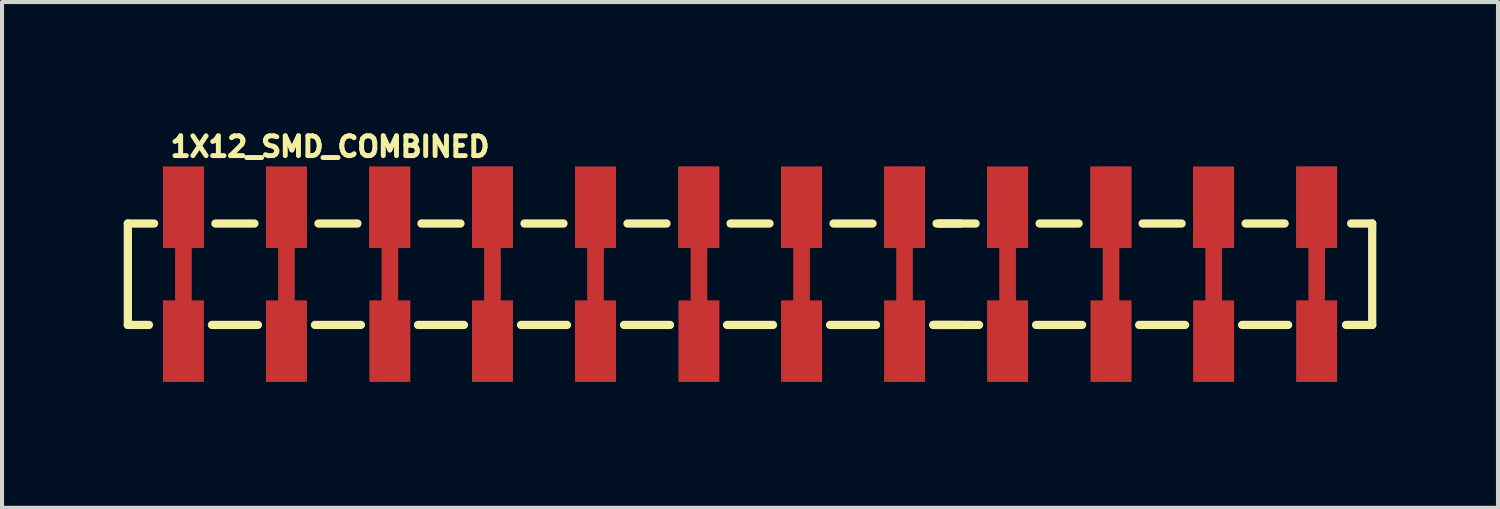
<source format=kicad_pcb>
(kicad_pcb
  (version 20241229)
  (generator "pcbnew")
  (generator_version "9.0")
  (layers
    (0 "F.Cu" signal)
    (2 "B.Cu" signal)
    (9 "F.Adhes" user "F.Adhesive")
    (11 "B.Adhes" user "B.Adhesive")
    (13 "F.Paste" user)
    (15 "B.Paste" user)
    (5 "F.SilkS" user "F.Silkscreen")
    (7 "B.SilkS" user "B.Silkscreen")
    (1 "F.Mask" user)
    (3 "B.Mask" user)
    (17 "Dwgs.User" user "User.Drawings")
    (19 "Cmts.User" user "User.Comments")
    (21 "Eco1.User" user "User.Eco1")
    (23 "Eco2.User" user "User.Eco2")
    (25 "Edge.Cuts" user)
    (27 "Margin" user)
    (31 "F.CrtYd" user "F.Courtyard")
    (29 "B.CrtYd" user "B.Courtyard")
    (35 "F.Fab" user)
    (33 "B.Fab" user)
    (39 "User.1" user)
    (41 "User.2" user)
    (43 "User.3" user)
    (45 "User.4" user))
  (footprint "1X12_SMD_COMBINED"
    (layer "F.Cu")
    (at 1.472 3.711)
    (property "Reference" "1X12_SMD_COMBINED" (at -0.381 -2.858 0) (layer "F.SilkS") (effects (font (size 0.488 0.488) (thickness 0.122)) (justify left bottom)))
    (fp_poly (pts (xy 0.505 -0.645) (xy 0.205 -0.645) (xy 0.205 0.645) (xy 0.505 0.645) (xy 0.505 2.655) (xy -0.505 2.655) (xy -0.505 0.645) (xy -0.205 0.645) (xy -0.205 -0.645) (xy -0.505 -0.645) (xy -0.505 -2.655) (xy 0.505 -2.655)) (stroke (width 0) (type solid)) (fill yes) (layer "F.Cu"))
    (fp_poly (pts (xy 3.045 -0.645) (xy 2.745 -0.645) (xy 2.745 0.645) (xy 3.045 0.645) (xy 3.045 2.655) (xy 2.035 2.655) (xy 2.035 0.645) (xy 2.335 0.645) (xy 2.335 -0.645) (xy 2.035 -0.645) (xy 2.035 -2.655) (xy 3.045 -2.655)) (stroke (width 0) (type solid)) (fill yes) (layer "F.Cu"))
    (fp_poly (pts (xy 5.595 -0.645) (xy 5.295 -0.645) (xy 5.295 0.645) (xy 5.595 0.645) (xy 5.595 2.655) (xy 4.585 2.655) (xy 4.585 0.645) (xy 4.885 0.645) (xy 4.885 -0.645) (xy 4.585 -0.645) (xy 4.585 -2.655) (xy 5.595 -2.655)) (stroke (width 0) (type solid)) (fill yes) (layer "F.Cu"))
    (fp_poly (pts (xy 8.125 -0.645) (xy 7.825 -0.645) (xy 7.825 0.645) (xy 8.125 0.645) (xy 8.125 2.655) (xy 7.115 2.655) (xy 7.115 0.645) (xy 7.415 0.645) (xy 7.415 -0.645) (xy 7.115 -0.645) (xy 7.115 -2.655) (xy 8.125 -2.655)) (stroke (width 0) (type solid)) (fill yes) (layer "F.Cu"))
    (fp_poly (pts (xy 10.665 -0.645) (xy 10.365 -0.645) (xy 10.365 0.645) (xy 10.665 0.645) (xy 10.665 2.655) (xy 9.655 2.655) (xy 9.655 0.645) (xy 9.955 0.645) (xy 9.955 -0.645) (xy 9.655 -0.645) (xy 9.655 -2.655) (xy 10.665 -2.655)) (stroke (width 0) (type solid)) (fill yes) (layer "F.Cu"))
    (fp_poly (pts (xy 13.215 -0.645) (xy 12.915 -0.645) (xy 12.915 0.645) (xy 13.215 0.645) (xy 13.215 2.655) (xy 12.205 2.655) (xy 12.205 0.645) (xy 12.505 0.645) (xy 12.505 -0.645) (xy 12.205 -0.645) (xy 12.205 -2.655) (xy 13.215 -2.655)) (stroke (width 0) (type solid)) (fill yes) (layer "F.Cu"))
    (fp_poly (pts (xy 15.745 -0.645) (xy 15.445 -0.645) (xy 15.445 0.645) (xy 15.745 0.645) (xy 15.745 2.655) (xy 14.735 2.655) (xy 14.735 0.645) (xy 15.035 0.645) (xy 15.035 -0.645) (xy 14.735 -0.645) (xy 14.735 -2.655) (xy 15.745 -2.655)) (stroke (width 0) (type solid)) (fill yes) (layer "F.Cu"))
    (fp_poly (pts (xy 18.285 -0.645) (xy 17.985 -0.645) (xy 17.985 0.645) (xy 18.285 0.645) (xy 18.285 2.655) (xy 17.275 2.655) (xy 17.275 0.645) (xy 17.575 0.645) (xy 17.575 -0.645) (xy 17.275 -0.645) (xy 17.275 -2.655) (xy 18.285 -2.655)) (stroke (width 0) (type solid)) (fill yes) (layer "F.Cu"))
    (fp_poly (pts (xy 20.825 -0.645) (xy 20.525 -0.645) (xy 20.525 0.645) (xy 20.825 0.645) (xy 20.825 2.655) (xy 19.815 2.655) (xy 19.815 0.645) (xy 20.115 0.645) (xy 20.115 -0.645) (xy 19.815 -0.645) (xy 19.815 -2.655) (xy 20.825 -2.655)) (stroke (width 0) (type solid)) (fill yes) (layer "F.Cu"))
    (fp_poly (pts (xy 23.375 -0.645) (xy 23.075 -0.645) (xy 23.075 0.645) (xy 23.375 0.645) (xy 23.375 2.655) (xy 22.365 2.655) (xy 22.365 0.645) (xy 22.665 0.645) (xy 22.665 -0.645) (xy 22.365 -0.645) (xy 22.365 -2.655) (xy 23.375 -2.655)) (stroke (width 0) (type solid)) (fill yes) (layer "F.Cu"))
    (fp_poly (pts (xy 25.905 -0.645) (xy 25.605 -0.645) (xy 25.605 0.645) (xy 25.905 0.645) (xy 25.905 2.655) (xy 24.895 2.655) (xy 24.895 0.645) (xy 25.195 0.645) (xy 25.195 -0.645) (xy 24.895 -0.645) (xy 24.895 -2.655) (xy 25.905 -2.655)) (stroke (width 0) (type solid)) (fill yes) (layer "F.Cu"))
    (fp_poly (pts (xy 28.445 -0.645) (xy 28.145 -0.645) (xy 28.145 0.645) (xy 28.445 0.645) (xy 28.445 2.655) (xy 27.435 2.655) (xy 27.435 0.645) (xy 27.735 0.645) (xy 27.735 -0.645) (xy 27.435 -0.645) (xy 27.435 -2.655) (xy 28.445 -2.655)) (stroke (width 0) (type solid)) (fill yes) (layer "F.Cu"))
    (fp_poly (pts (xy 0.58 0.56) (xy -0.62 0.56) (xy -0.62 2.76) (xy 0.58 2.76)) (stroke (width 0) (type solid)) (fill yes) (layer "F.Mask"))
    (fp_poly (pts (xy 0.6 -2.74) (xy -0.6 -2.74) (xy -0.6 -0.54) (xy 0.6 -0.54)) (stroke (width 0) (type solid)) (fill yes) (layer "F.Mask"))
    (fp_poly (pts (xy 3.12 0.56) (xy 1.92 0.56) (xy 1.92 2.76) (xy 3.12 2.76)) (stroke (width 0) (type solid)) (fill yes) (layer "F.Mask"))
    (fp_poly (pts (xy 3.14 -2.74) (xy 1.94 -2.74) (xy 1.94 -0.54) (xy 3.14 -0.54)) (stroke (width 0) (type solid)) (fill yes) (layer "F.Mask"))
    (fp_poly (pts (xy 5.67 0.56) (xy 4.47 0.56) (xy 4.47 2.76) (xy 5.67 2.76)) (stroke (width 0) (type solid)) (fill yes) (layer "F.Mask"))
    (fp_poly (pts (xy 5.69 -2.74) (xy 4.49 -2.74) (xy 4.49 -0.54) (xy 5.69 -0.54)) (stroke (width 0) (type solid)) (fill yes) (layer "F.Mask"))
    (fp_poly (pts (xy 8.2 0.56) (xy 7 0.56) (xy 7 2.76) (xy 8.2 2.76)) (stroke (width 0) (type solid)) (fill yes) (layer "F.Mask"))
    (fp_poly (pts (xy 8.22 -2.74) (xy 7.02 -2.74) (xy 7.02 -0.54) (xy 8.22 -0.54)) (stroke (width 0) (type solid)) (fill yes) (layer "F.Mask"))
    (fp_poly (pts (xy 10.74 0.56) (xy 9.54 0.56) (xy 9.54 2.76) (xy 10.74 2.76)) (stroke (width 0) (type solid)) (fill yes) (layer "F.Mask"))
    (fp_poly (pts (xy 10.76 -2.74) (xy 9.56 -2.74) (xy 9.56 -0.54) (xy 10.76 -0.54)) (stroke (width 0) (type solid)) (fill yes) (layer "F.Mask"))
    (fp_poly (pts (xy 13.29 0.56) (xy 12.09 0.56) (xy 12.09 2.76) (xy 13.29 2.76)) (stroke (width 0) (type solid)) (fill yes) (layer "F.Mask"))
    (fp_poly (pts (xy 13.31 -2.74) (xy 12.11 -2.74) (xy 12.11 -0.54) (xy 13.31 -0.54)) (stroke (width 0) (type solid)) (fill yes) (layer "F.Mask"))
    (fp_poly (pts (xy 15.82 0.56) (xy 14.62 0.56) (xy 14.62 2.76) (xy 15.82 2.76)) (stroke (width 0) (type solid)) (fill yes) (layer "F.Mask"))
    (fp_poly (pts (xy 15.84 -2.74) (xy 14.64 -2.74) (xy 14.64 -0.54) (xy 15.84 -0.54)) (stroke (width 0) (type solid)) (fill yes) (layer "F.Mask"))
    (fp_poly (pts (xy 18.36 0.56) (xy 17.16 0.56) (xy 17.16 2.76) (xy 18.36 2.76)) (stroke (width 0) (type solid)) (fill yes) (layer "F.Mask"))
    (fp_poly (pts (xy 18.38 -2.74) (xy 17.18 -2.74) (xy 17.18 -0.54) (xy 18.38 -0.54)) (stroke (width 0) (type solid)) (fill yes) (layer "F.Mask"))
    (fp_poly (pts (xy 20.9 0.56) (xy 19.7 0.56) (xy 19.7 2.76) (xy 20.9 2.76)) (stroke (width 0) (type solid)) (fill yes) (layer "F.Mask"))
    (fp_poly (pts (xy 20.92 -2.74) (xy 19.72 -2.74) (xy 19.72 -0.54) (xy 20.92 -0.54)) (stroke (width 0) (type solid)) (fill yes) (layer "F.Mask"))
    (fp_poly (pts (xy 23.45 0.56) (xy 22.25 0.56) (xy 22.25 2.76) (xy 23.45 2.76)) (stroke (width 0) (type solid)) (fill yes) (layer "F.Mask"))
    (fp_poly (pts (xy 23.47 -2.74) (xy 22.27 -2.74) (xy 22.27 -0.54) (xy 23.47 -0.54)) (stroke (width 0) (type solid)) (fill yes) (layer "F.Mask"))
    (fp_poly (pts (xy 25.98 0.56) (xy 24.78 0.56) (xy 24.78 2.76) (xy 25.98 2.76)) (stroke (width 0) (type solid)) (fill yes) (layer "F.Mask"))
    (fp_poly (pts (xy 26 -2.74) (xy 24.8 -2.74) (xy 24.8 -0.54) (xy 26 -0.54)) (stroke (width 0) (type solid)) (fill yes) (layer "F.Mask"))
    (fp_poly (pts (xy 28.52 0.56) (xy 27.32 0.56) (xy 27.32 2.76) (xy 28.52 2.76)) (stroke (width 0) (type solid)) (fill yes) (layer "F.Mask"))
    (fp_poly (pts (xy 28.54 -2.74) (xy 27.34 -2.74) (xy 27.34 -0.54) (xy 28.54 -0.54)) (stroke (width 0) (type solid)) (fill yes) (layer "F.Mask"))
    (fp_line (start -1.37 -1.25) (end -0.723 -1.25) (stroke (width 0.203) (type solid)) (layer "F.SilkS"))
    (fp_line (start -1.37 1.25) (end -1.37 -1.25) (stroke (width 0.203) (type solid)) (layer "F.SilkS"))
    (fp_line (start -0.85 1.25) (end -1.37 1.25) (stroke (width 0.203) (type solid)) (layer "F.SilkS"))
    (fp_line (start 0.789 -1.25) (end 1.751 -1.25) (stroke (width 0.203) (type solid)) (layer "F.SilkS"))
    (fp_line (start 1.837 1.25) (end 0.703 1.25) (stroke (width 0.203) (type solid)) (layer "F.SilkS"))
    (fp_line (start 3.329 -1.25) (end 4.291 -1.25) (stroke (width 0.203) (type solid)) (layer "F.SilkS"))
    (fp_line (start 4.377 1.25) (end 3.243 1.25) (stroke (width 0.203) (type solid)) (layer "F.SilkS"))
    (fp_line (start 5.869 -1.25) (end 6.831 -1.25) (stroke (width 0.203) (type solid)) (layer "F.SilkS"))
    (fp_line (start 6.917 1.25) (end 5.783 1.25) (stroke (width 0.203) (type solid)) (layer "F.SilkS"))
    (fp_line (start 8.409 -1.25) (end 9.371 -1.25) (stroke (width 0.203) (type solid)) (layer "F.SilkS"))
    (fp_line (start 9.457 1.25) (end 8.323 1.25) (stroke (width 0.203) (type solid)) (layer "F.SilkS"))
    (fp_line (start 10.949 -1.25) (end 11.911 -1.25) (stroke (width 0.203) (type solid)) (layer "F.SilkS"))
    (fp_line (start 11.997 1.25) (end 10.863 1.25) (stroke (width 0.203) (type solid)) (layer "F.SilkS"))
    (fp_line (start 13.489 -1.25) (end 14.451 -1.25) (stroke (width 0.203) (type solid)) (layer "F.SilkS"))
    (fp_line (start 14.537 1.25) (end 13.403 1.25) (stroke (width 0.203) (type solid)) (layer "F.SilkS"))
    (fp_line (start 16.029 -1.25) (end 16.991 -1.25) (stroke (width 0.203) (type solid)) (layer "F.SilkS"))
    (fp_line (start 17.077 1.25) (end 15.943 1.25) (stroke (width 0.203) (type solid)) (layer "F.SilkS"))
    (fp_line (start 18.569 -1.25) (end 19.531 -1.25) (stroke (width 0.203) (type solid)) (layer "F.SilkS"))
    (fp_line (start 18.63 -1.25) (end 19.15 -1.25) (stroke (width 0.203) (type solid)) (layer "F.SilkS"))
    (fp_line (start 19.15 1.25) (end 18.503 1.25) (stroke (width 0.203) (type solid)) (layer "F.SilkS"))
    (fp_line (start 19.617 1.25) (end 18.483 1.25) (stroke (width 0.203) (type solid)) (layer "F.SilkS"))
    (fp_line (start 21.109 -1.25) (end 22.071 -1.25) (stroke (width 0.203) (type solid)) (layer "F.SilkS"))
    (fp_line (start 22.157 1.25) (end 21.023 1.25) (stroke (width 0.203) (type solid)) (layer "F.SilkS"))
    (fp_line (start 23.649 -1.25) (end 24.611 -1.25) (stroke (width 0.203) (type solid)) (layer "F.SilkS"))
    (fp_line (start 24.697 1.25) (end 23.563 1.25) (stroke (width 0.203) (type solid)) (layer "F.SilkS"))
    (fp_line (start 26.189 -1.25) (end 27.151 -1.25) (stroke (width 0.203) (type solid)) (layer "F.SilkS"))
    (fp_line (start 27.237 1.25) (end 26.103 1.25) (stroke (width 0.203) (type solid)) (layer "F.SilkS"))
    (fp_line (start 28.79 -1.25) (end 29.31 -1.25) (stroke (width 0.203) (type solid)) (layer "F.SilkS"))
    (fp_line (start 29.31 -1.25) (end 29.31 1.25) (stroke (width 0.203) (type solid)) (layer "F.SilkS"))
    (fp_line (start 29.31 1.25) (end 28.663 1.25) (stroke (width 0.203) (type solid)) (layer "F.SilkS"))
    (fp_poly (pts (xy 0.58 0.56) (xy -0.62 0.56) (xy -0.62 2.76) (xy 0.58 2.76)) (stroke (width 0) (type solid)) (fill yes) (layer "F.Paste"))
    (fp_poly (pts (xy 0.6 -2.74) (xy -0.6 -2.74) (xy -0.6 -0.54) (xy 0.6 -0.54)) (stroke (width 0) (type solid)) (fill yes) (layer "F.Paste"))
    (fp_poly (pts (xy 3.12 0.56) (xy 1.92 0.56) (xy 1.92 2.76) (xy 3.12 2.76)) (stroke (width 0) (type solid)) (fill yes) (layer "F.Paste"))
    (fp_poly (pts (xy 3.14 -2.74) (xy 1.94 -2.74) (xy 1.94 -0.54) (xy 3.14 -0.54)) (stroke (width 0) (type solid)) (fill yes) (layer "F.Paste"))
    (fp_poly (pts (xy 5.67 0.56) (xy 4.47 0.56) (xy 4.47 2.76) (xy 5.67 2.76)) (stroke (width 0) (type solid)) (fill yes) (layer "F.Paste"))
    (fp_poly (pts (xy 5.69 -2.74) (xy 4.49 -2.74) (xy 4.49 -0.54) (xy 5.69 -0.54)) (stroke (width 0) (type solid)) (fill yes) (layer "F.Paste"))
    (fp_poly (pts (xy 8.2 0.56) (xy 7 0.56) (xy 7 2.76) (xy 8.2 2.76)) (stroke (width 0) (type solid)) (fill yes) (layer "F.Paste"))
    (fp_poly (pts (xy 8.22 -2.74) (xy 7.02 -2.74) (xy 7.02 -0.54) (xy 8.22 -0.54)) (stroke (width 0) (type solid)) (fill yes) (layer "F.Paste"))
    (fp_poly (pts (xy 10.74 0.56) (xy 9.54 0.56) (xy 9.54 2.76) (xy 10.74 2.76)) (stroke (width 0) (type solid)) (fill yes) (layer "F.Paste"))
    (fp_poly (pts (xy 10.76 -2.74) (xy 9.56 -2.74) (xy 9.56 -0.54) (xy 10.76 -0.54)) (stroke (width 0) (type solid)) (fill yes) (layer "F.Paste"))
    (fp_poly (pts (xy 13.29 0.56) (xy 12.09 0.56) (xy 12.09 2.76) (xy 13.29 2.76)) (stroke (width 0) (type solid)) (fill yes) (layer "F.Paste"))
    (fp_poly (pts (xy 13.31 -2.74) (xy 12.11 -2.74) (xy 12.11 -0.54) (xy 13.31 -0.54)) (stroke (width 0) (type solid)) (fill yes) (layer "F.Paste"))
    (fp_poly (pts (xy 15.82 0.56) (xy 14.62 0.56) (xy 14.62 2.76) (xy 15.82 2.76)) (stroke (width 0) (type solid)) (fill yes) (layer "F.Paste"))
    (fp_poly (pts (xy 15.84 -2.74) (xy 14.64 -2.74) (xy 14.64 -0.54) (xy 15.84 -0.54)) (stroke (width 0) (type solid)) (fill yes) (layer "F.Paste"))
    (fp_poly (pts (xy 18.36 0.56) (xy 17.16 0.56) (xy 17.16 2.76) (xy 18.36 2.76)) (stroke (width 0) (type solid)) (fill yes) (layer "F.Paste"))
    (fp_poly (pts (xy 18.38 -2.74) (xy 17.18 -2.74) (xy 17.18 -0.54) (xy 18.38 -0.54)) (stroke (width 0) (type solid)) (fill yes) (layer "F.Paste"))
    (fp_poly (pts (xy 20.9 0.56) (xy 19.7 0.56) (xy 19.7 2.76) (xy 20.9 2.76)) (stroke (width 0) (type solid)) (fill yes) (layer "F.Paste"))
    (fp_poly (pts (xy 20.92 -2.74) (xy 19.72 -2.74) (xy 19.72 -0.54) (xy 20.92 -0.54)) (stroke (width 0) (type solid)) (fill yes) (layer "F.Paste"))
    (fp_poly (pts (xy 23.45 0.56) (xy 22.25 0.56) (xy 22.25 2.76) (xy 23.45 2.76)) (stroke (width 0) (type solid)) (fill yes) (layer "F.Paste"))
    (fp_poly (pts (xy 23.47 -2.74) (xy 22.27 -2.74) (xy 22.27 -0.54) (xy 23.47 -0.54)) (stroke (width 0) (type solid)) (fill yes) (layer "F.Paste"))
    (fp_poly (pts (xy 25.98 0.56) (xy 24.78 0.56) (xy 24.78 2.76) (xy 25.98 2.76)) (stroke (width 0) (type solid)) (fill yes) (layer "F.Paste"))
    (fp_poly (pts (xy 26 -2.74) (xy 24.8 -2.74) (xy 24.8 -0.54) (xy 26 -0.54)) (stroke (width 0) (type solid)) (fill yes) (layer "F.Paste"))
    (fp_poly (pts (xy 28.52 0.56) (xy 27.32 0.56) (xy 27.32 2.76) (xy 28.52 2.76)) (stroke (width 0) (type solid)) (fill yes) (layer "F.Paste"))
    (fp_poly (pts (xy 28.54 -2.74) (xy 27.34 -2.74) (xy 27.34 -0.54) (xy 28.54 -0.54)) (stroke (width 0) (type solid)) (fill yes) (layer "F.Paste"))
    (pad "1" smd rect (at 0 -1.65 90) (size 2 1) (layers "F.Cu" "F.Paste"))
    (pad "2" smd rect (at 2.54 -1.65 90) (size 2 1) (layers "F.Cu" "F.Paste"))
    (pad "3" smd rect (at 5.08 -1.65 90) (size 2 1) (layers "F.Cu"))
    (pad "4" smd rect (at 7.62 -1.652 90) (size 2 1) (layers "F.Cu"))
    (pad "5" smd rect (at 10.16 -1.65 90) (size 2 1) (layers "F.Cu"))
    (pad "6" smd rect (at 12.7 -1.652 90) (size 2 1) (layers "F.Cu"))
    (pad "7" smd rect (at 15.24 -1.65 90) (size 2 1) (layers "F.Cu"))
    (pad "8" smd rect (at 17.78 -1.652 270) (size 2 1) (layers "F.Cu"))
    (pad "9" smd rect (at 20.32 -1.65 90) (size 2 1) (layers "F.Cu"))
    (pad "10" smd rect (at 22.86 -1.652 90) (size 2 1) (layers "F.Cu"))
    (pad "11" smd rect (at 25.4 -1.65 90) (size 2 1) (layers "F.Cu"))
    (pad "12" smd rect (at 27.94 -1.652 270) (size 2 1) (layers "F.Cu")))
  (gr_rect
    (start -3 -3)
    (end 33.883 9.471)
    (stroke (width 0.1) (type default))
    (fill no)
    (layer "Edge.Cuts")))
</source>
